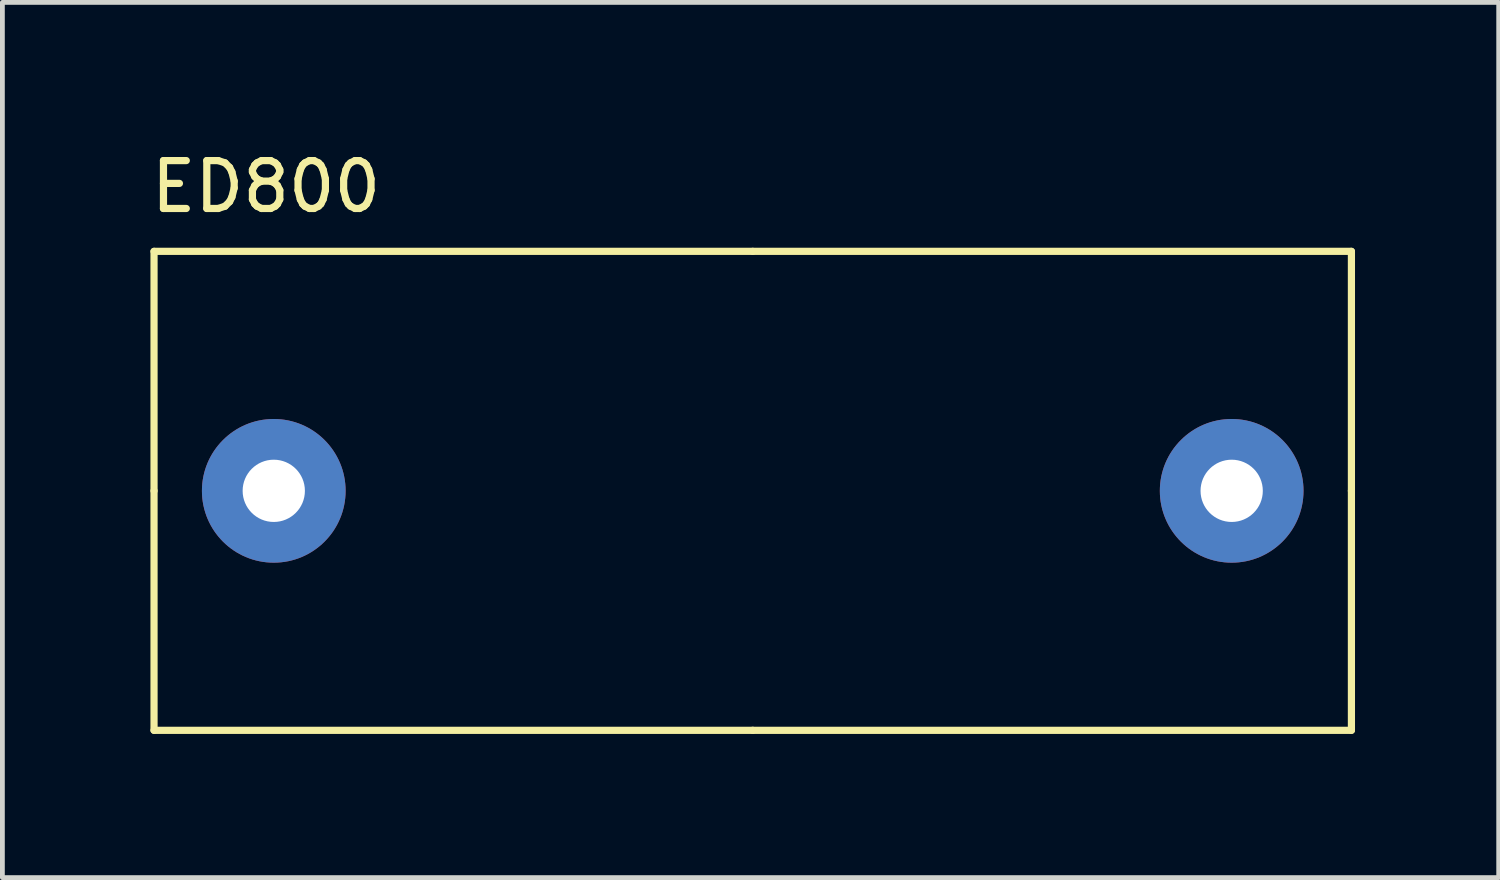
<source format=kicad_pcb>
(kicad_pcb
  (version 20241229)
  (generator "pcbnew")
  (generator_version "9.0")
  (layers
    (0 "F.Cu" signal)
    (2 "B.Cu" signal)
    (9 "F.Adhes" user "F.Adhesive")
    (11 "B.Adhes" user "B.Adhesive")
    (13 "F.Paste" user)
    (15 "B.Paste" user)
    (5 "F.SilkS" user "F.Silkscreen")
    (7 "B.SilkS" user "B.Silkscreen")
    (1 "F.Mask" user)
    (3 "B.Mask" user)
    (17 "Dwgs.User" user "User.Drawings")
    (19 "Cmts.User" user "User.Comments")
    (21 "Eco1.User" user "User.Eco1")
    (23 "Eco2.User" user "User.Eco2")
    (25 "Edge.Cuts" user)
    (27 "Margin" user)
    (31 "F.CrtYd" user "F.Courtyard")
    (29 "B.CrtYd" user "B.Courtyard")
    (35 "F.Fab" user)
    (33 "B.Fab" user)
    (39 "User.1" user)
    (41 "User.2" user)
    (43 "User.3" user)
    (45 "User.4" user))
  (footprint "ED800"
    (layer "F.Cu")
    (at 12.666 7.198)
    (property "Reference" "ED800" (at -10.16 -6.35 0) (layer "F.SilkS") (effects (font (size 1 1) (thickness 0.15))))
    (attr through_hole)
    (fp_line (start -12.5 -5) (end 0 -5) (stroke (width 0.15) (type solid)) (layer "F.SilkS"))
    (fp_line (start -12.5 0) (end -12.5 -5) (stroke (width 0.15) (type solid)) (layer "F.SilkS"))
    (fp_line (start -12.5 0) (end -12.5 5) (stroke (width 0.15) (type solid)) (layer "F.SilkS"))
    (fp_line (start 0 -5) (end 12.5 -5) (stroke (width 0.15) (type solid)) (layer "F.SilkS"))
    (fp_line (start 0 5) (end -12.5 5) (stroke (width 0.15) (type solid)) (layer "F.SilkS"))
    (fp_line (start 0 5) (end 12.5 5) (stroke (width 0.15) (type solid)) (layer "F.SilkS"))
    (fp_line (start 12.5 0) (end 12.5 -5) (stroke (width 0.15) (type solid)) (layer "F.SilkS"))
    (fp_line (start 12.5 0) (end 12.5 5) (stroke (width 0.15) (type solid)) (layer "F.SilkS"))
    (pad "1" thru_hole circle (at -10 0) (size 3 3) (drill 1.3) (layers "*.Cu" "*.Mask"))
    (pad "2" thru_hole circle (at 10 0) (size 3 3) (drill 1.3) (layers "*.Cu" "*.Mask")))
  (gr_rect
    (start -3 -3)
    (end 28.241 15.273)
    (stroke (width 0.1) (type default))
    (fill no)
    (layer "Edge.Cuts")))
</source>
